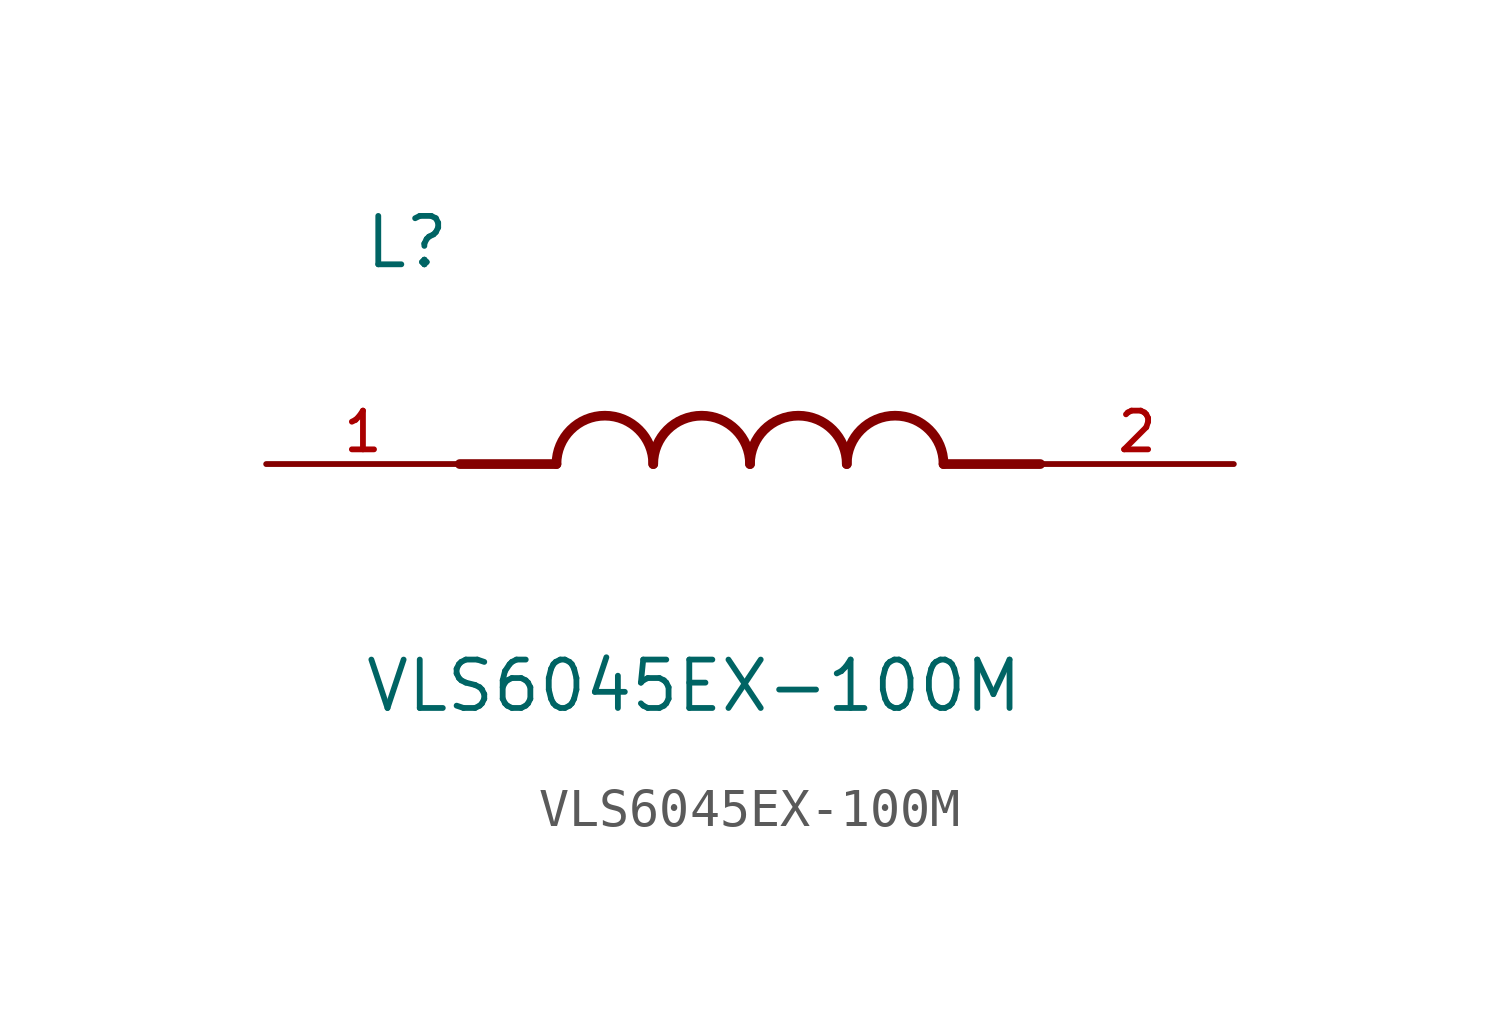
<source format=kicad_sym>
(kicad_symbol_lib
  (version 20211014)
  (generator kicad_symbol_editor)
  (symbol "VLS6045EX-100M"
    (pin_names
      (offset 1.016))
    (property "Reference" "L"
      (at -10.16 5.08 0)
      (effects (font (size 1.27 1.27)) (justify bottom left)))
    (property "Value" "VLS6045EX-100M"
      (at -10.16 -5.08 0)
      (effects (font (size 1.27 1.27)) (justify top left)))
    (symbol "VLS6045EX-100M_0_0"
      (polyline (pts (xy -5.08 0.0) (xy -7.62 0.0)) (stroke (width 0.254)))
      (polyline (pts (xy 5.08 0.0) (xy 7.62 0.0)) (stroke (width 0.254)))
      (arc (start -2.54 0.0) (mid -3.81 1.27) (end -5.08 0.0) (stroke (width 0.254) (type default) (color 0 0 0 0)) (fill (type none)))
      (arc (start 0.0 0.0) (mid -1.27 1.27) (end -2.54 0.0) (stroke (width 0.254) (type default) (color 0 0 0 0)) (fill (type none)))
      (arc (start 2.54 0.0) (mid 1.27 1.27) (end 0.0 0.0) (stroke (width 0.254) (type default) (color 0 0 0 0)) (fill (type none)))
      (arc (start 5.08 0.0) (mid 3.81 1.27) (end 2.54 0.0) (stroke (width 0.254) (type default) (color 0 0 0 0)) (fill (type none)))
      (pin passive line (at -12.7 0.0 0) (length 5.08) (name "~" (effects (font (size 1.016 1.016)))) (number "1" (effects (font (size 1.016 1.016)))))
      (pin passive line (at 12.7 0.0 180.0) (length 5.08) (name "~" (effects (font (size 1.016 1.016)))) (number "2" (effects (font (size 1.016 1.016))))))))
</source>
